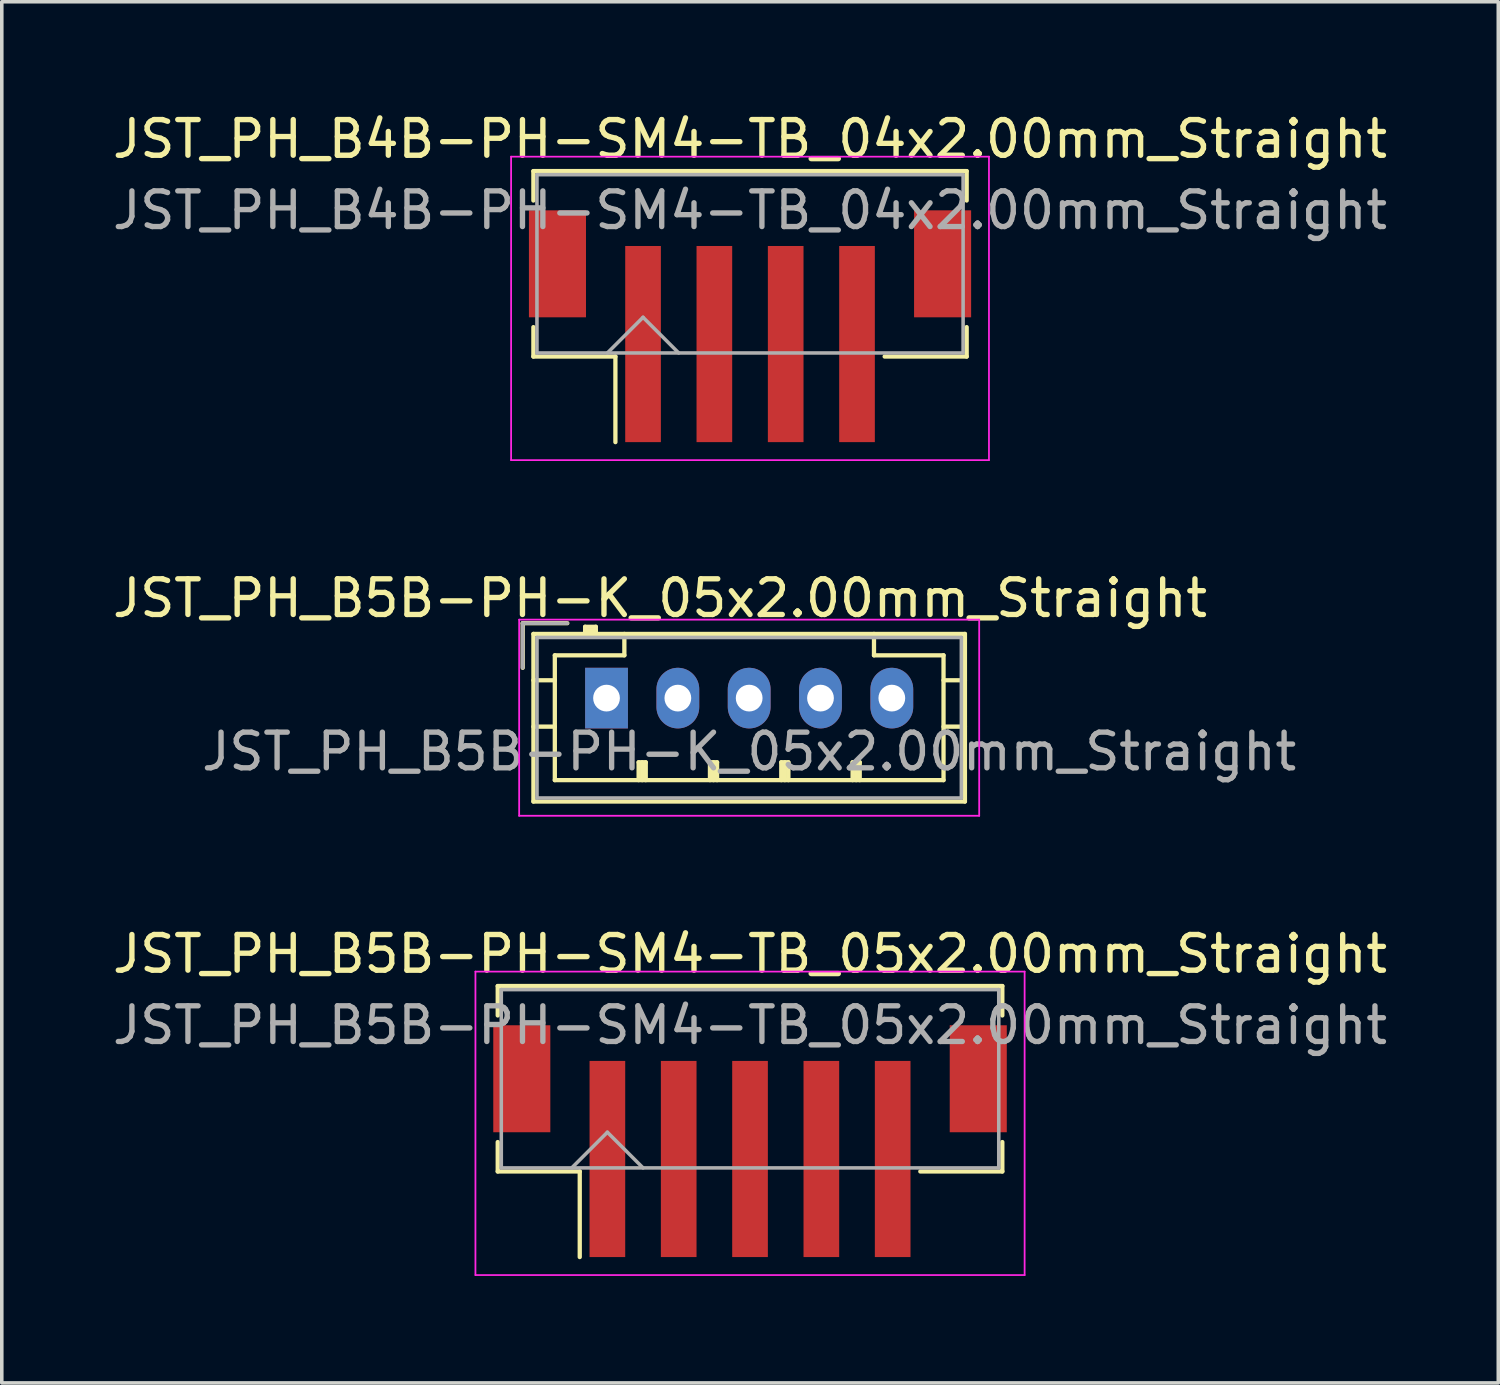
<source format=kicad_pcb>
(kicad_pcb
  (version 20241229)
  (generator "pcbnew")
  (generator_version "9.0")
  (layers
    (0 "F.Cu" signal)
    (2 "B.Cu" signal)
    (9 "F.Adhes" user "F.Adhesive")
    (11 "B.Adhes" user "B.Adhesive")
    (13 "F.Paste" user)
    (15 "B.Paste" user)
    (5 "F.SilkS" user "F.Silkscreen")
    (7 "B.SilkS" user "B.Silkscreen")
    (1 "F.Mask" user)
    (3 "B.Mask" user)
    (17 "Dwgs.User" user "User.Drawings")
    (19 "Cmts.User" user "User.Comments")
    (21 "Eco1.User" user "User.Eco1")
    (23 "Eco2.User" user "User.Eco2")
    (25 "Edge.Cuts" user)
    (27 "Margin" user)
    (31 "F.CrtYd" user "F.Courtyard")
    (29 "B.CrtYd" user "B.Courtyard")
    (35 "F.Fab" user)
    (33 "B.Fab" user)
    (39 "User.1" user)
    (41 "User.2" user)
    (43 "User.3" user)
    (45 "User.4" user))
  (footprint "JST_PH_B4B-PH-SM4-TB_04x2.00mm_Straight"
    (layer "F.Cu")
    (at 17.982 5.473)
    (property "Reference" "JST_PH_B4B-PH-SM4-TB_04x2.00mm_Straight" (at 0 -4.625 0) (layer "F.SilkS") (effects (font (size 1 1) (thickness 0.15))))
    (attr smd)
    (fp_line (start -6.075 -3.725) (end 6.075 -3.725) (stroke (width 0.12) (type solid)) (layer "F.SilkS"))
    (fp_line (start -6.075 -2.9) (end -6.075 -3.725) (stroke (width 0.12) (type solid)) (layer "F.SilkS"))
    (fp_line (start -6.075 0.65) (end -6.075 1.475) (stroke (width 0.12) (type solid)) (layer "F.SilkS"))
    (fp_line (start -6.075 1.475) (end -3.775 1.475) (stroke (width 0.12) (type solid)) (layer "F.SilkS"))
    (fp_line (start -3.775 1.475) (end -3.775 3.875) (stroke (width 0.12) (type solid)) (layer "F.SilkS"))
    (fp_line (start 6.075 -3.725) (end 6.075 -2.9) (stroke (width 0.12) (type solid)) (layer "F.SilkS"))
    (fp_line (start 6.075 0.65) (end 6.075 1.475) (stroke (width 0.12) (type solid)) (layer "F.SilkS"))
    (fp_line (start 6.075 1.475) (end 3.775 1.475) (stroke (width 0.12) (type solid)) (layer "F.SilkS"))
    (fp_line (start -6.7 -4.13) (end -6.7 4.38) (stroke (width 0.05) (type solid)) (layer "F.CrtYd"))
    (fp_line (start -6.7 4.38) (end 6.7 4.38) (stroke (width 0.05) (type solid)) (layer "F.CrtYd"))
    (fp_line (start 6.7 -4.13) (end -6.7 -4.13) (stroke (width 0.05) (type solid)) (layer "F.CrtYd"))
    (fp_line (start 6.7 4.38) (end 6.7 -4.13) (stroke (width 0.05) (type solid)) (layer "F.CrtYd"))
    (fp_line (start -5.975 -3.625) (end -5.975 1.375) (stroke (width 0.1) (type solid)) (layer "F.Fab"))
    (fp_line (start -5.975 1.375) (end 5.975 1.375) (stroke (width 0.1) (type solid)) (layer "F.Fab"))
    (fp_line (start -4 1.375) (end -3 0.375) (stroke (width 0.1) (type solid)) (layer "F.Fab"))
    (fp_line (start -3 0.375) (end -2 1.375) (stroke (width 0.1) (type solid)) (layer "F.Fab"))
    (fp_line (start 5.975 -3.625) (end -5.975 -3.625) (stroke (width 0.1) (type solid)) (layer "F.Fab"))
    (fp_line (start 5.975 1.375) (end 5.975 -3.625) (stroke (width 0.1) (type solid)) (layer "F.Fab"))
    (fp_text user "${REFERENCE}" (at 0 -2.625 0) (layer "F.Fab") (effects (font (size 1 1) (thickness 0.15))))
    (pad "" smd rect (at -5.4 -1.125) (size 1.6 3) (layers "F.Cu" "F.Mask" "F.Paste"))
    (pad "" smd rect (at 5.4 -1.125) (size 1.6 3) (layers "F.Cu" "F.Mask" "F.Paste"))
    (pad "1" smd rect (at -3 1.125) (size 1 5.5) (layers "F.Cu" "F.Mask" "F.Paste"))
    (pad "2" smd rect (at -1 1.125) (size 1 5.5) (layers "F.Cu" "F.Mask" "F.Paste"))
    (pad "3" smd rect (at 1 1.125) (size 1 5.5) (layers "F.Cu" "F.Mask" "F.Paste"))
    (pad "4" smd rect (at 3 1.125) (size 1 5.5) (layers "F.Cu" "F.Mask" "F.Paste")))
  (footprint "JST_PH_B5B-PH-K_05x2.00mm_Straight"
    (layer "F.Cu")
    (at 13.958 16.526)
    (property "Reference" "JST_PH_B5B-PH-K_05x2.00mm_Straight" (at 1.5 -2.8 0) (layer "F.SilkS") (effects (font (size 1 1) (thickness 0.15))))
    (attr through_hole)
    (fp_line (start -2.35 -2.1) (end -2.35 -0.85) (stroke (width 0.12) (type solid)) (layer "F.SilkS"))
    (fp_line (start -2.05 -1.8) (end -2.05 2.9) (stroke (width 0.12) (type solid)) (layer "F.SilkS"))
    (fp_line (start -2.05 -0.5) (end -1.45 -0.5) (stroke (width 0.12) (type solid)) (layer "F.SilkS"))
    (fp_line (start -2.05 0.8) (end -1.45 0.8) (stroke (width 0.12) (type solid)) (layer "F.SilkS"))
    (fp_line (start -2.05 2.9) (end 10.05 2.9) (stroke (width 0.12) (type solid)) (layer "F.SilkS"))
    (fp_line (start -1.45 -1.2) (end -1.45 2.3) (stroke (width 0.12) (type solid)) (layer "F.SilkS"))
    (fp_line (start -1.45 2.3) (end 9.45 2.3) (stroke (width 0.12) (type solid)) (layer "F.SilkS"))
    (fp_line (start -1.1 -2.1) (end -2.35 -2.1) (stroke (width 0.12) (type solid)) (layer "F.SilkS"))
    (fp_line (start -0.6 -2) (end -0.6 -1.8) (stroke (width 0.12) (type solid)) (layer "F.SilkS"))
    (fp_line (start -0.3 -2) (end -0.6 -2) (stroke (width 0.12) (type solid)) (layer "F.SilkS"))
    (fp_line (start -0.3 -1.9) (end -0.6 -1.9) (stroke (width 0.12) (type solid)) (layer "F.SilkS"))
    (fp_line (start -0.3 -1.8) (end -0.3 -2) (stroke (width 0.12) (type solid)) (layer "F.SilkS"))
    (fp_line (start 0.5 -1.8) (end 0.5 -1.2) (stroke (width 0.12) (type solid)) (layer "F.SilkS"))
    (fp_line (start 0.5 -1.2) (end -1.45 -1.2) (stroke (width 0.12) (type solid)) (layer "F.SilkS"))
    (fp_line (start 0.9 1.8) (end 1.1 1.8) (stroke (width 0.12) (type solid)) (layer "F.SilkS"))
    (fp_line (start 0.9 2.3) (end 0.9 1.8) (stroke (width 0.12) (type solid)) (layer "F.SilkS"))
    (fp_line (start 1 2.3) (end 1 1.8) (stroke (width 0.12) (type solid)) (layer "F.SilkS"))
    (fp_line (start 1.1 1.8) (end 1.1 2.3) (stroke (width 0.12) (type solid)) (layer "F.SilkS"))
    (fp_line (start 2.9 1.8) (end 3.1 1.8) (stroke (width 0.12) (type solid)) (layer "F.SilkS"))
    (fp_line (start 2.9 2.3) (end 2.9 1.8) (stroke (width 0.12) (type solid)) (layer "F.SilkS"))
    (fp_line (start 3 2.3) (end 3 1.8) (stroke (width 0.12) (type solid)) (layer "F.SilkS"))
    (fp_line (start 3.1 1.8) (end 3.1 2.3) (stroke (width 0.12) (type solid)) (layer "F.SilkS"))
    (fp_line (start 4.9 1.8) (end 5.1 1.8) (stroke (width 0.12) (type solid)) (layer "F.SilkS"))
    (fp_line (start 4.9 2.3) (end 4.9 1.8) (stroke (width 0.12) (type solid)) (layer "F.SilkS"))
    (fp_line (start 5 2.3) (end 5 1.8) (stroke (width 0.12) (type solid)) (layer "F.SilkS"))
    (fp_line (start 5.1 1.8) (end 5.1 2.3) (stroke (width 0.12) (type solid)) (layer "F.SilkS"))
    (fp_line (start 6.9 1.8) (end 7.1 1.8) (stroke (width 0.12) (type solid)) (layer "F.SilkS"))
    (fp_line (start 6.9 2.3) (end 6.9 1.8) (stroke (width 0.12) (type solid)) (layer "F.SilkS"))
    (fp_line (start 7 2.3) (end 7 1.8) (stroke (width 0.12) (type solid)) (layer "F.SilkS"))
    (fp_line (start 7.1 1.8) (end 7.1 2.3) (stroke (width 0.12) (type solid)) (layer "F.SilkS"))
    (fp_line (start 7.5 -1.2) (end 7.5 -1.8) (stroke (width 0.12) (type solid)) (layer "F.SilkS"))
    (fp_line (start 9.45 -1.2) (end 7.5 -1.2) (stroke (width 0.12) (type solid)) (layer "F.SilkS"))
    (fp_line (start 9.45 2.3) (end 9.45 -1.2) (stroke (width 0.12) (type solid)) (layer "F.SilkS"))
    (fp_line (start 10.05 -1.8) (end -2.05 -1.8) (stroke (width 0.12) (type solid)) (layer "F.SilkS"))
    (fp_line (start 10.05 -0.5) (end 9.45 -0.5) (stroke (width 0.12) (type solid)) (layer "F.SilkS"))
    (fp_line (start 10.05 0.8) (end 9.45 0.8) (stroke (width 0.12) (type solid)) (layer "F.SilkS"))
    (fp_line (start 10.05 2.9) (end 10.05 -1.8) (stroke (width 0.12) (type solid)) (layer "F.SilkS"))
    (fp_line (start -2.45 -2.2) (end -2.45 3.3) (stroke (width 0.05) (type solid)) (layer "F.CrtYd"))
    (fp_line (start -2.45 3.3) (end 10.45 3.3) (stroke (width 0.05) (type solid)) (layer "F.CrtYd"))
    (fp_line (start 10.45 -2.2) (end -2.45 -2.2) (stroke (width 0.05) (type solid)) (layer "F.CrtYd"))
    (fp_line (start 10.45 3.3) (end 10.45 -2.2) (stroke (width 0.05) (type solid)) (layer "F.CrtYd"))
    (fp_line (start -2.35 -2.1) (end -2.35 -0.85) (stroke (width 0.1) (type solid)) (layer "F.Fab"))
    (fp_line (start -1.95 -1.7) (end -1.95 2.8) (stroke (width 0.1) (type solid)) (layer "F.Fab"))
    (fp_line (start -1.95 2.8) (end 9.95 2.8) (stroke (width 0.1) (type solid)) (layer "F.Fab"))
    (fp_line (start -1.1 -2.1) (end -2.35 -2.1) (stroke (width 0.1) (type solid)) (layer "F.Fab"))
    (fp_line (start 9.95 -1.7) (end -1.95 -1.7) (stroke (width 0.1) (type solid)) (layer "F.Fab"))
    (fp_line (start 9.95 2.8) (end 9.95 -1.7) (stroke (width 0.1) (type solid)) (layer "F.Fab"))
    (fp_text user "${REFERENCE}" (at 4 1.5 0) (layer "F.Fab") (effects (font (size 1 1) (thickness 0.15))))
    (pad "1" thru_hole rect (at 0 0) (size 1.2 1.7) (drill 0.75) (layers "*.Cu" "*.Mask"))
    (pad "2" thru_hole oval (at 2 0) (size 1.2 1.7) (drill 0.75) (layers "*.Cu" "*.Mask"))
    (pad "3" thru_hole oval (at 4 0) (size 1.2 1.7) (drill 0.75) (layers "*.Cu" "*.Mask"))
    (pad "4" thru_hole oval (at 6 0) (size 1.2 1.7) (drill 0.75) (layers "*.Cu" "*.Mask"))
    (pad "5" thru_hole oval (at 8 0) (size 1.2 1.7) (drill 0.75) (layers "*.Cu" "*.Mask")))
  (footprint "JST_PH_B5B-PH-SM4-TB_05x2.00mm_Straight"
    (layer "F.Cu")
    (at 17.982 28.325)
    (property "Reference" "JST_PH_B5B-PH-SM4-TB_05x2.00mm_Straight" (at 0 -4.625 0) (layer "F.SilkS") (effects (font (size 1 1) (thickness 0.15))))
    (attr smd)
    (fp_line (start -7.075 -3.725) (end 7.075 -3.725) (stroke (width 0.12) (type solid)) (layer "F.SilkS"))
    (fp_line (start -7.075 -2.9) (end -7.075 -3.725) (stroke (width 0.12) (type solid)) (layer "F.SilkS"))
    (fp_line (start -7.075 0.65) (end -7.075 1.475) (stroke (width 0.12) (type solid)) (layer "F.SilkS"))
    (fp_line (start -7.075 1.475) (end -4.775 1.475) (stroke (width 0.12) (type solid)) (layer "F.SilkS"))
    (fp_line (start -4.775 1.475) (end -4.775 3.875) (stroke (width 0.12) (type solid)) (layer "F.SilkS"))
    (fp_line (start 7.075 -3.725) (end 7.075 -2.9) (stroke (width 0.12) (type solid)) (layer "F.SilkS"))
    (fp_line (start 7.075 0.65) (end 7.075 1.475) (stroke (width 0.12) (type solid)) (layer "F.SilkS"))
    (fp_line (start 7.075 1.475) (end 4.775 1.475) (stroke (width 0.12) (type solid)) (layer "F.SilkS"))
    (fp_line (start -7.7 -4.13) (end -7.7 4.38) (stroke (width 0.05) (type solid)) (layer "F.CrtYd"))
    (fp_line (start -7.7 4.38) (end 7.7 4.38) (stroke (width 0.05) (type solid)) (layer "F.CrtYd"))
    (fp_line (start 7.7 -4.13) (end -7.7 -4.13) (stroke (width 0.05) (type solid)) (layer "F.CrtYd"))
    (fp_line (start 7.7 4.38) (end 7.7 -4.13) (stroke (width 0.05) (type solid)) (layer "F.CrtYd"))
    (fp_line (start -6.975 -3.625) (end -6.975 1.375) (stroke (width 0.1) (type solid)) (layer "F.Fab"))
    (fp_line (start -6.975 1.375) (end 6.975 1.375) (stroke (width 0.1) (type solid)) (layer "F.Fab"))
    (fp_line (start -5 1.375) (end -4 0.375) (stroke (width 0.1) (type solid)) (layer "F.Fab"))
    (fp_line (start -4 0.375) (end -3 1.375) (stroke (width 0.1) (type solid)) (layer "F.Fab"))
    (fp_line (start 6.975 -3.625) (end -6.975 -3.625) (stroke (width 0.1) (type solid)) (layer "F.Fab"))
    (fp_line (start 6.975 1.375) (end 6.975 -3.625) (stroke (width 0.1) (type solid)) (layer "F.Fab"))
    (fp_text user "${REFERENCE}" (at 0 -2.625 0) (layer "F.Fab") (effects (font (size 1 1) (thickness 0.15))))
    (pad "" smd rect (at -6.4 -1.125) (size 1.6 3) (layers "F.Cu" "F.Mask" "F.Paste"))
    (pad "" smd rect (at 6.4 -1.125) (size 1.6 3) (layers "F.Cu" "F.Mask" "F.Paste"))
    (pad "1" smd rect (at -4 1.125) (size 1 5.5) (layers "F.Cu" "F.Mask" "F.Paste"))
    (pad "2" smd rect (at -2 1.125) (size 1 5.5) (layers "F.Cu" "F.Mask" "F.Paste"))
    (pad "3" smd rect (at 0 1.125) (size 1 5.5) (layers "F.Cu" "F.Mask" "F.Paste"))
    (pad "4" smd rect (at 2 1.125) (size 1 5.5) (layers "F.Cu" "F.Mask" "F.Paste"))
    (pad "5" smd rect (at 4 1.125) (size 1 5.5) (layers "F.Cu" "F.Mask" "F.Paste")))
  (gr_rect
    (start -3 -3)
    (end 38.964 35.73)
    (stroke (width 0.1) (type default))
    (fill no)
    (layer "Edge.Cuts")))
</source>
